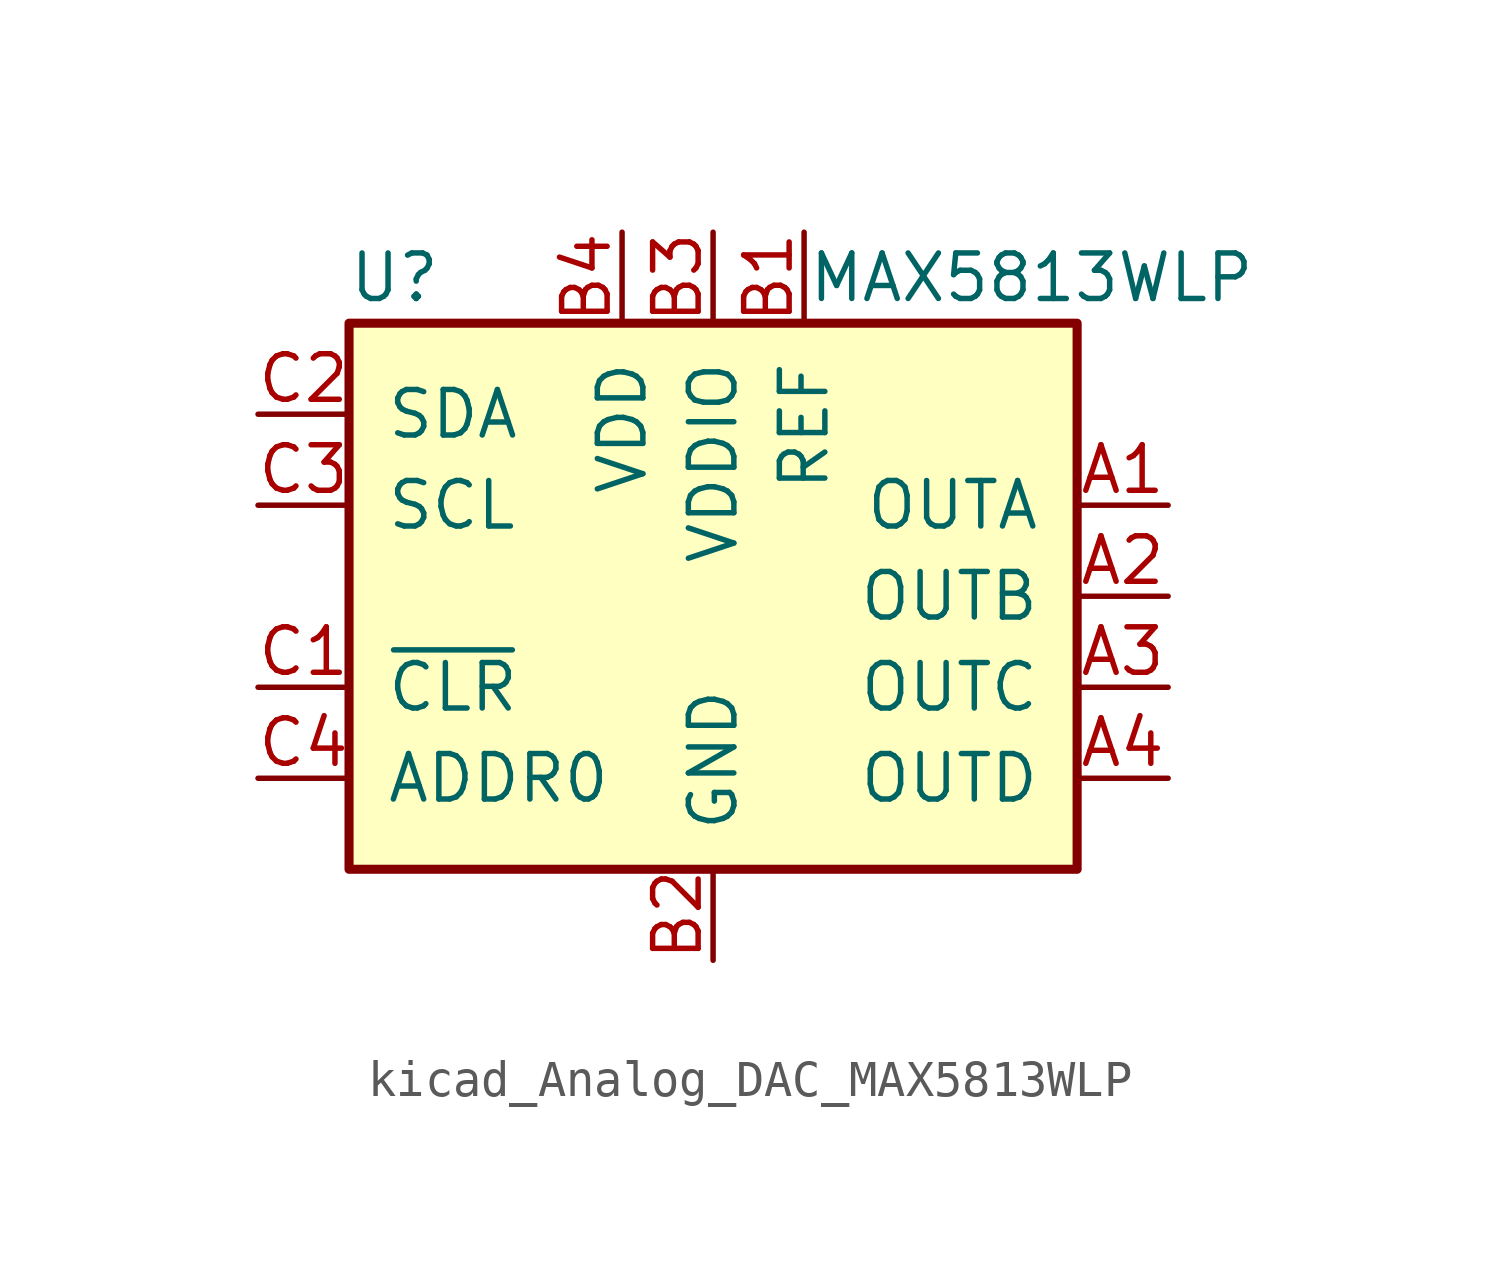
<source format=kicad_sym>
(kicad_symbol_lib
  (version 20220914)
  (generator kicad_symbol_editor)
  (symbol "kicad_Analog_DAC_MAX5813WLP"
    (pin_names
      (offset 1.016))
    (property "Reference" "U"
      (at -8.89 8.89 0)
      (effects (font (size 1.27 1.27))))
    (property "Value" "MAX5813WLP"
      (at 8.89 8.89 0)
      (effects (font (size 1.27 1.27))))
    (symbol "kicad_Analog_DAC_MAX5813WLP_0_1"
      (rectangle (start -10.16 7.62) (end 10.16 -7.62) (stroke (width 0.254) (type default)) (fill (type background))))
    (symbol "kicad_Analog_DAC_MAX5813WLP_1_1"
      (pin output line (at 12.7 2.54 180) (length 2.54) (name "OUTA" (effects (font (size 1.27 1.27)))) (number "A1" (effects (font (size 1.27 1.27)))))
      (pin output line (at 12.7 0 180) (length 2.54) (name "OUTB" (effects (font (size 1.27 1.27)))) (number "A2" (effects (font (size 1.27 1.27)))))
      (pin output line (at 12.7 -2.54 180) (length 2.54) (name "OUTC" (effects (font (size 1.27 1.27)))) (number "A3" (effects (font (size 1.27 1.27)))))
      (pin output line (at 12.7 -5.08 180) (length 2.54) (name "OUTD" (effects (font (size 1.27 1.27)))) (number "A4" (effects (font (size 1.27 1.27)))))
      (pin power_in line (at 2.54 10.16 270) (length 2.54) (name "REF" (effects (font (size 1.27 1.27)))) (number "B1" (effects (font (size 1.27 1.27)))))
      (pin power_in line (at 0 -10.16 90) (length 2.54) (name "GND" (effects (font (size 1.27 1.27)))) (number "B2" (effects (font (size 1.27 1.27)))))
      (pin power_in line (at 0 10.16 270) (length 2.54) (name "VDDIO" (effects (font (size 1.27 1.27)))) (number "B3" (effects (font (size 1.27 1.27)))))
      (pin power_in line (at -2.54 10.16 270) (length 2.54) (name "VDD" (effects (font (size 1.27 1.27)))) (number "B4" (effects (font (size 1.27 1.27)))))
      (pin input line (at -12.7 -2.54 0) (length 2.54) (name "~{CLR}" (effects (font (size 1.27 1.27)))) (number "C1" (effects (font (size 1.27 1.27)))))
      (pin bidirectional line (at -12.7 5.08 0) (length 2.54) (name "SDA" (effects (font (size 1.27 1.27)))) (number "C2" (effects (font (size 1.27 1.27)))))
      (pin input line (at -12.7 2.54 0) (length 2.54) (name "SCL" (effects (font (size 1.27 1.27)))) (number "C3" (effects (font (size 1.27 1.27)))))
      (pin input line (at -12.7 -5.08 0) (length 2.54) (name "ADDR0" (effects (font (size 1.27 1.27)))) (number "C4" (effects (font (size 1.27 1.27))))))))
</source>
